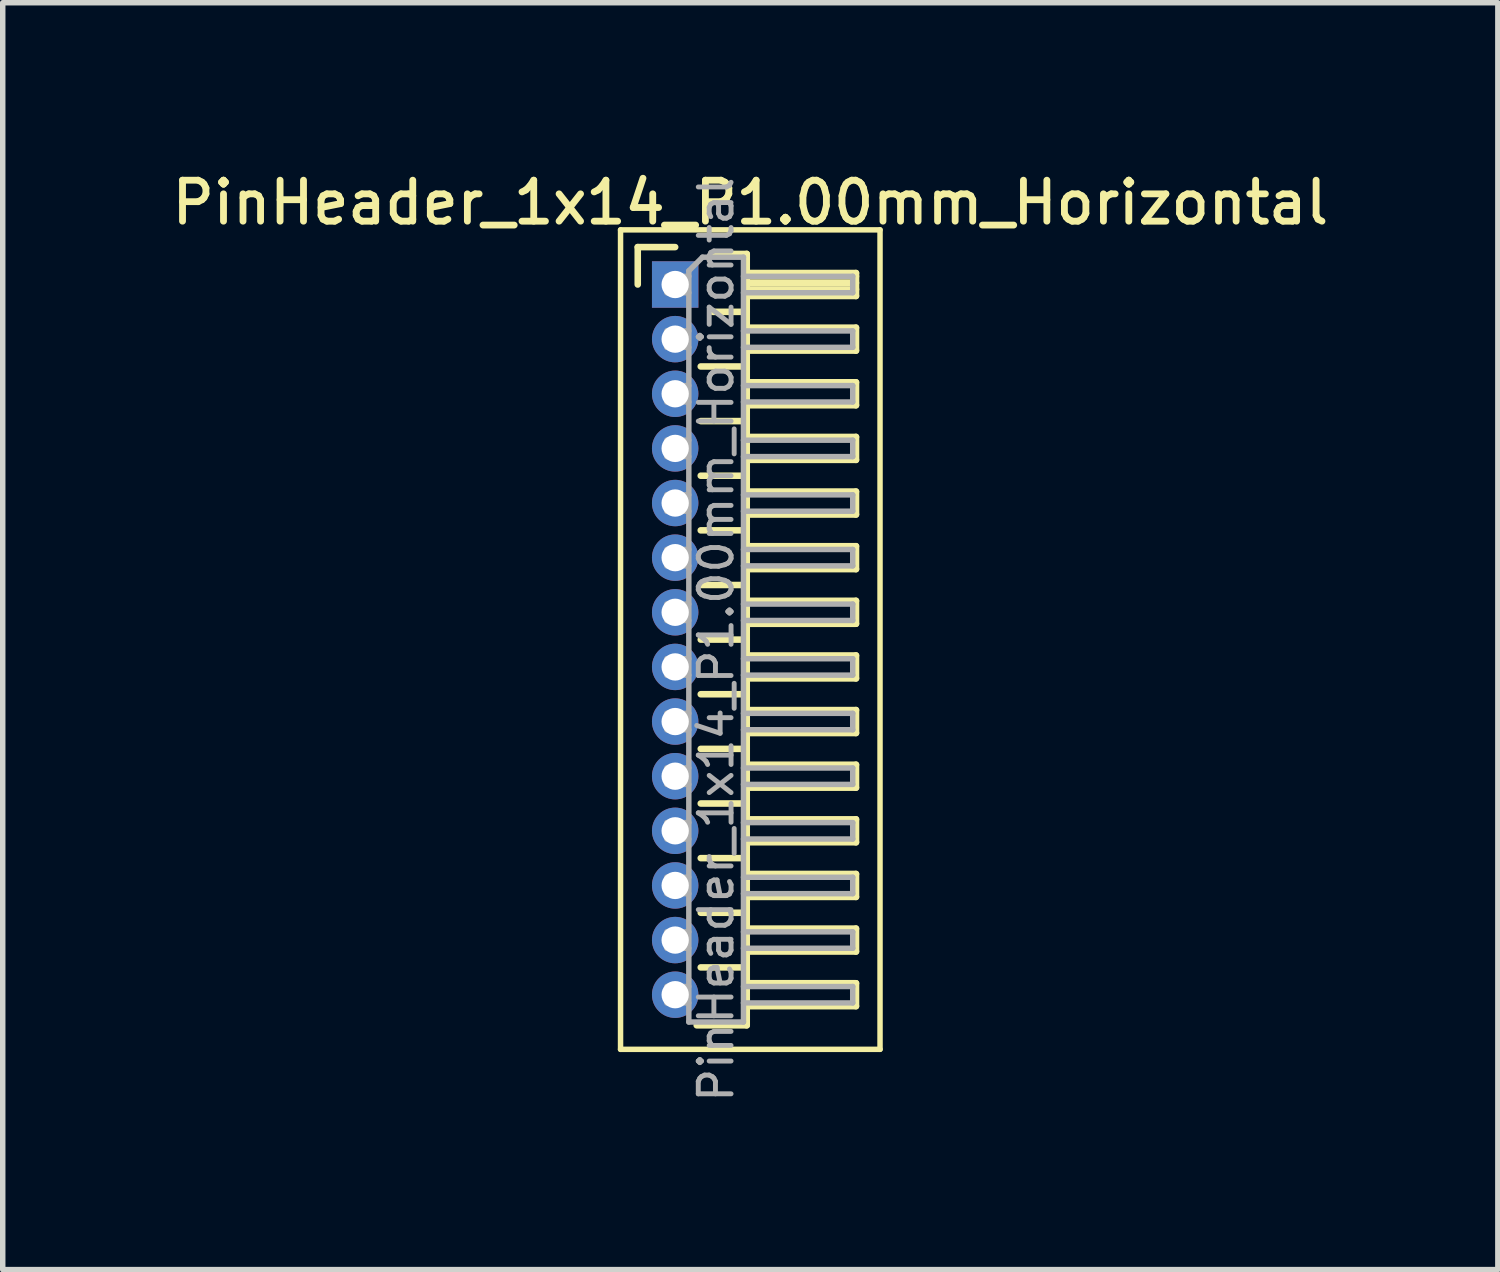
<source format=kicad_pcb>
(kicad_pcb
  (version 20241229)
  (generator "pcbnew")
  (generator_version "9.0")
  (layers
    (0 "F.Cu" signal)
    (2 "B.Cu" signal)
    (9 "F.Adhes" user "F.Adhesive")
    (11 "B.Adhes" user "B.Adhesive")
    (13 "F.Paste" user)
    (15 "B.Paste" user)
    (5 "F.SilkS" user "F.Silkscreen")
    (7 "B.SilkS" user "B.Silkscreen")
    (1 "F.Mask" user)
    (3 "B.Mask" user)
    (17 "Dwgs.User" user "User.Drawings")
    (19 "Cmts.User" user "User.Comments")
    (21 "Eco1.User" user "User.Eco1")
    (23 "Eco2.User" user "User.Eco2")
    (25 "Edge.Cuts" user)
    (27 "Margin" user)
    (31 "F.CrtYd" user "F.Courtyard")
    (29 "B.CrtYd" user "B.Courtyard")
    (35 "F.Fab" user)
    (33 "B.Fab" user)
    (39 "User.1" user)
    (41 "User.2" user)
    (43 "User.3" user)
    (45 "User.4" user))
  (footprint "PinHeader_1x14_P1.00mm_Horizontal"
    (layer "F.Cu")
    (at 9.309 2.158)
    (property "Reference" "PinHeader_1x14_P1.00mm_Horizontal" (at 1.375 -1.5 0) (layer "F.SilkS") (effects (font (size 0.75 0.75) (thickness 0.125))))
    (attr through_hole)
    (fp_line (start -1 -1) (end -1 14) (stroke (width 0.1) (type solid)) (layer "F.SilkS"))
    (fp_line (start -1 14) (end 3.75 14) (stroke (width 0.1) (type solid)) (layer "F.SilkS"))
    (fp_line (start -0.685 -0.685) (end 0 -0.685) (stroke (width 0.12) (type solid)) (layer "F.SilkS"))
    (fp_line (start -0.685 0) (end -0.685 -0.685) (stroke (width 0.12) (type solid)) (layer "F.SilkS"))
    (fp_line (start 0.468 1.5) (end 1.31 1.5) (stroke (width 0.12) (type solid)) (layer "F.SilkS"))
    (fp_line (start 0.468 2.5) (end 1.31 2.5) (stroke (width 0.12) (type solid)) (layer "F.SilkS"))
    (fp_line (start 0.468 3.5) (end 1.31 3.5) (stroke (width 0.12) (type solid)) (layer "F.SilkS"))
    (fp_line (start 0.468 4.5) (end 1.31 4.5) (stroke (width 0.12) (type solid)) (layer "F.SilkS"))
    (fp_line (start 0.468 5.5) (end 1.31 5.5) (stroke (width 0.12) (type solid)) (layer "F.SilkS"))
    (fp_line (start 0.468 6.5) (end 1.31 6.5) (stroke (width 0.12) (type solid)) (layer "F.SilkS"))
    (fp_line (start 0.468 7.5) (end 1.31 7.5) (stroke (width 0.12) (type solid)) (layer "F.SilkS"))
    (fp_line (start 0.468 8.5) (end 1.31 8.5) (stroke (width 0.12) (type solid)) (layer "F.SilkS"))
    (fp_line (start 0.468 9.5) (end 1.31 9.5) (stroke (width 0.12) (type solid)) (layer "F.SilkS"))
    (fp_line (start 0.468 10.5) (end 1.31 10.5) (stroke (width 0.12) (type solid)) (layer "F.SilkS"))
    (fp_line (start 0.468 11.5) (end 1.31 11.5) (stroke (width 0.12) (type solid)) (layer "F.SilkS"))
    (fp_line (start 0.468 12.5) (end 1.31 12.5) (stroke (width 0.12) (type solid)) (layer "F.SilkS"))
    (fp_line (start 0.685 -0.56) (end 1.31 -0.56) (stroke (width 0.12) (type solid)) (layer "F.SilkS"))
    (fp_line (start 0.685 0.5) (end 1.31 0.5) (stroke (width 0.12) (type solid)) (layer "F.SilkS"))
    (fp_line (start 1.31 -0.56) (end 1.31 13.56) (stroke (width 0.12) (type solid)) (layer "F.SilkS"))
    (fp_line (start 1.31 -0.21) (end 3.31 -0.21) (stroke (width 0.12) (type solid)) (layer "F.SilkS"))
    (fp_line (start 1.31 -0.15) (end 3.31 -0.15) (stroke (width 0.12) (type solid)) (layer "F.SilkS"))
    (fp_line (start 1.31 -0.03) (end 3.31 -0.03) (stroke (width 0.12) (type solid)) (layer "F.SilkS"))
    (fp_line (start 1.31 0.09) (end 3.31 0.09) (stroke (width 0.12) (type solid)) (layer "F.SilkS"))
    (fp_line (start 1.31 0.79) (end 3.31 0.79) (stroke (width 0.12) (type solid)) (layer "F.SilkS"))
    (fp_line (start 1.31 1.79) (end 3.31 1.79) (stroke (width 0.12) (type solid)) (layer "F.SilkS"))
    (fp_line (start 1.31 2.79) (end 3.31 2.79) (stroke (width 0.12) (type solid)) (layer "F.SilkS"))
    (fp_line (start 1.31 3.79) (end 3.31 3.79) (stroke (width 0.12) (type solid)) (layer "F.SilkS"))
    (fp_line (start 1.31 4.79) (end 3.31 4.79) (stroke (width 0.12) (type solid)) (layer "F.SilkS"))
    (fp_line (start 1.31 5.79) (end 3.31 5.79) (stroke (width 0.12) (type solid)) (layer "F.SilkS"))
    (fp_line (start 1.31 6.79) (end 3.31 6.79) (stroke (width 0.12) (type solid)) (layer "F.SilkS"))
    (fp_line (start 1.31 7.79) (end 3.31 7.79) (stroke (width 0.12) (type solid)) (layer "F.SilkS"))
    (fp_line (start 1.31 8.79) (end 3.31 8.79) (stroke (width 0.12) (type solid)) (layer "F.SilkS"))
    (fp_line (start 1.31 9.79) (end 3.31 9.79) (stroke (width 0.12) (type solid)) (layer "F.SilkS"))
    (fp_line (start 1.31 10.79) (end 3.31 10.79) (stroke (width 0.12) (type solid)) (layer "F.SilkS"))
    (fp_line (start 1.31 11.79) (end 3.31 11.79) (stroke (width 0.12) (type solid)) (layer "F.SilkS"))
    (fp_line (start 1.31 12.79) (end 3.31 12.79) (stroke (width 0.12) (type solid)) (layer "F.SilkS"))
    (fp_line (start 1.31 13.56) (end 0.394 13.56) (stroke (width 0.12) (type solid)) (layer "F.SilkS"))
    (fp_line (start 3.31 -0.21) (end 3.31 0.21) (stroke (width 0.12) (type solid)) (layer "F.SilkS"))
    (fp_line (start 3.31 0.21) (end 1.31 0.21) (stroke (width 0.12) (type solid)) (layer "F.SilkS"))
    (fp_line (start 3.31 0.79) (end 3.31 1.21) (stroke (width 0.12) (type solid)) (layer "F.SilkS"))
    (fp_line (start 3.31 1.21) (end 1.31 1.21) (stroke (width 0.12) (type solid)) (layer "F.SilkS"))
    (fp_line (start 3.31 1.79) (end 3.31 2.21) (stroke (width 0.12) (type solid)) (layer "F.SilkS"))
    (fp_line (start 3.31 2.21) (end 1.31 2.21) (stroke (width 0.12) (type solid)) (layer "F.SilkS"))
    (fp_line (start 3.31 2.79) (end 3.31 3.21) (stroke (width 0.12) (type solid)) (layer "F.SilkS"))
    (fp_line (start 3.31 3.21) (end 1.31 3.21) (stroke (width 0.12) (type solid)) (layer "F.SilkS"))
    (fp_line (start 3.31 3.79) (end 3.31 4.21) (stroke (width 0.12) (type solid)) (layer "F.SilkS"))
    (fp_line (start 3.31 4.21) (end 1.31 4.21) (stroke (width 0.12) (type solid)) (layer "F.SilkS"))
    (fp_line (start 3.31 4.79) (end 3.31 5.21) (stroke (width 0.12) (type solid)) (layer "F.SilkS"))
    (fp_line (start 3.31 5.21) (end 1.31 5.21) (stroke (width 0.12) (type solid)) (layer "F.SilkS"))
    (fp_line (start 3.31 5.79) (end 3.31 6.21) (stroke (width 0.12) (type solid)) (layer "F.SilkS"))
    (fp_line (start 3.31 6.21) (end 1.31 6.21) (stroke (width 0.12) (type solid)) (layer "F.SilkS"))
    (fp_line (start 3.31 6.79) (end 3.31 7.21) (stroke (width 0.12) (type solid)) (layer "F.SilkS"))
    (fp_line (start 3.31 7.21) (end 1.31 7.21) (stroke (width 0.12) (type solid)) (layer "F.SilkS"))
    (fp_line (start 3.31 7.79) (end 3.31 8.21) (stroke (width 0.12) (type solid)) (layer "F.SilkS"))
    (fp_line (start 3.31 8.21) (end 1.31 8.21) (stroke (width 0.12) (type solid)) (layer "F.SilkS"))
    (fp_line (start 3.31 8.79) (end 3.31 9.21) (stroke (width 0.12) (type solid)) (layer "F.SilkS"))
    (fp_line (start 3.31 9.21) (end 1.31 9.21) (stroke (width 0.12) (type solid)) (layer "F.SilkS"))
    (fp_line (start 3.31 9.79) (end 3.31 10.21) (stroke (width 0.12) (type solid)) (layer "F.SilkS"))
    (fp_line (start 3.31 10.21) (end 1.31 10.21) (stroke (width 0.12) (type solid)) (layer "F.SilkS"))
    (fp_line (start 3.31 10.79) (end 3.31 11.21) (stroke (width 0.12) (type solid)) (layer "F.SilkS"))
    (fp_line (start 3.31 11.21) (end 1.31 11.21) (stroke (width 0.12) (type solid)) (layer "F.SilkS"))
    (fp_line (start 3.31 11.79) (end 3.31 12.21) (stroke (width 0.12) (type solid)) (layer "F.SilkS"))
    (fp_line (start 3.31 12.21) (end 1.31 12.21) (stroke (width 0.12) (type solid)) (layer "F.SilkS"))
    (fp_line (start 3.31 12.79) (end 3.31 13.21) (stroke (width 0.12) (type solid)) (layer "F.SilkS"))
    (fp_line (start 3.31 13.21) (end 1.31 13.21) (stroke (width 0.12) (type solid)) (layer "F.SilkS"))
    (fp_line (start 3.75 -1) (end -1 -1) (stroke (width 0.1) (type solid)) (layer "F.SilkS"))
    (fp_line (start 3.75 14) (end 3.75 -1) (stroke (width 0.1) (type solid)) (layer "F.SilkS"))
    (fp_line (start -0.15 -0.15) (end -0.15 0.15) (stroke (width 0.1) (type solid)) (layer "F.Fab"))
    (fp_line (start -0.15 -0.15) (end 0.25 -0.15) (stroke (width 0.1) (type solid)) (layer "F.Fab"))
    (fp_line (start -0.15 0.15) (end 0.25 0.15) (stroke (width 0.1) (type solid)) (layer "F.Fab"))
    (fp_line (start -0.15 0.85) (end -0.15 1.15) (stroke (width 0.1) (type solid)) (layer "F.Fab"))
    (fp_line (start -0.15 0.85) (end 0.25 0.85) (stroke (width 0.1) (type solid)) (layer "F.Fab"))
    (fp_line (start -0.15 1.15) (end 0.25 1.15) (stroke (width 0.1) (type solid)) (layer "F.Fab"))
    (fp_line (start -0.15 1.85) (end -0.15 2.15) (stroke (width 0.1) (type solid)) (layer "F.Fab"))
    (fp_line (start -0.15 1.85) (end 0.25 1.85) (stroke (width 0.1) (type solid)) (layer "F.Fab"))
    (fp_line (start -0.15 2.15) (end 0.25 2.15) (stroke (width 0.1) (type solid)) (layer "F.Fab"))
    (fp_line (start -0.15 2.85) (end -0.15 3.15) (stroke (width 0.1) (type solid)) (layer "F.Fab"))
    (fp_line (start -0.15 2.85) (end 0.25 2.85) (stroke (width 0.1) (type solid)) (layer "F.Fab"))
    (fp_line (start -0.15 3.15) (end 0.25 3.15) (stroke (width 0.1) (type solid)) (layer "F.Fab"))
    (fp_line (start -0.15 3.85) (end -0.15 4.15) (stroke (width 0.1) (type solid)) (layer "F.Fab"))
    (fp_line (start -0.15 3.85) (end 0.25 3.85) (stroke (width 0.1) (type solid)) (layer "F.Fab"))
    (fp_line (start -0.15 4.15) (end 0.25 4.15) (stroke (width 0.1) (type solid)) (layer "F.Fab"))
    (fp_line (start -0.15 4.85) (end -0.15 5.15) (stroke (width 0.1) (type solid)) (layer "F.Fab"))
    (fp_line (start -0.15 4.85) (end 0.25 4.85) (stroke (width 0.1) (type solid)) (layer "F.Fab"))
    (fp_line (start -0.15 5.15) (end 0.25 5.15) (stroke (width 0.1) (type solid)) (layer "F.Fab"))
    (fp_line (start -0.15 5.85) (end -0.15 6.15) (stroke (width 0.1) (type solid)) (layer "F.Fab"))
    (fp_line (start -0.15 5.85) (end 0.25 5.85) (stroke (width 0.1) (type solid)) (layer "F.Fab"))
    (fp_line (start -0.15 6.15) (end 0.25 6.15) (stroke (width 0.1) (type solid)) (layer "F.Fab"))
    (fp_line (start -0.15 6.85) (end -0.15 7.15) (stroke (width 0.1) (type solid)) (layer "F.Fab"))
    (fp_line (start -0.15 6.85) (end 0.25 6.85) (stroke (width 0.1) (type solid)) (layer "F.Fab"))
    (fp_line (start -0.15 7.15) (end 0.25 7.15) (stroke (width 0.1) (type solid)) (layer "F.Fab"))
    (fp_line (start -0.15 7.85) (end -0.15 8.15) (stroke (width 0.1) (type solid)) (layer "F.Fab"))
    (fp_line (start -0.15 7.85) (end 0.25 7.85) (stroke (width 0.1) (type solid)) (layer "F.Fab"))
    (fp_line (start -0.15 8.15) (end 0.25 8.15) (stroke (width 0.1) (type solid)) (layer "F.Fab"))
    (fp_line (start -0.15 8.85) (end -0.15 9.15) (stroke (width 0.1) (type solid)) (layer "F.Fab"))
    (fp_line (start -0.15 8.85) (end 0.25 8.85) (stroke (width 0.1) (type solid)) (layer "F.Fab"))
    (fp_line (start -0.15 9.15) (end 0.25 9.15) (stroke (width 0.1) (type solid)) (layer "F.Fab"))
    (fp_line (start -0.15 9.85) (end -0.15 10.15) (stroke (width 0.1) (type solid)) (layer "F.Fab"))
    (fp_line (start -0.15 9.85) (end 0.25 9.85) (stroke (width 0.1) (type solid)) (layer "F.Fab"))
    (fp_line (start -0.15 10.15) (end 0.25 10.15) (stroke (width 0.1) (type solid)) (layer "F.Fab"))
    (fp_line (start -0.15 10.85) (end -0.15 11.15) (stroke (width 0.1) (type solid)) (layer "F.Fab"))
    (fp_line (start -0.15 10.85) (end 0.25 10.85) (stroke (width 0.1) (type solid)) (layer "F.Fab"))
    (fp_line (start -0.15 11.15) (end 0.25 11.15) (stroke (width 0.1) (type solid)) (layer "F.Fab"))
    (fp_line (start -0.15 11.85) (end -0.15 12.15) (stroke (width 0.1) (type solid)) (layer "F.Fab"))
    (fp_line (start -0.15 11.85) (end 0.25 11.85) (stroke (width 0.1) (type solid)) (layer "F.Fab"))
    (fp_line (start -0.15 12.15) (end 0.25 12.15) (stroke (width 0.1) (type solid)) (layer "F.Fab"))
    (fp_line (start -0.15 12.85) (end -0.15 13.15) (stroke (width 0.1) (type solid)) (layer "F.Fab"))
    (fp_line (start -0.15 12.85) (end 0.25 12.85) (stroke (width 0.1) (type solid)) (layer "F.Fab"))
    (fp_line (start -0.15 13.15) (end 0.25 13.15) (stroke (width 0.1) (type solid)) (layer "F.Fab"))
    (fp_line (start 0.25 -0.25) (end 0.5 -0.5) (stroke (width 0.1) (type solid)) (layer "F.Fab"))
    (fp_line (start 0.25 13.5) (end 0.25 -0.25) (stroke (width 0.1) (type solid)) (layer "F.Fab"))
    (fp_line (start 0.5 -0.5) (end 1.25 -0.5) (stroke (width 0.1) (type solid)) (layer "F.Fab"))
    (fp_line (start 1.25 -0.5) (end 1.25 13.5) (stroke (width 0.1) (type solid)) (layer "F.Fab"))
    (fp_line (start 1.25 -0.15) (end 3.25 -0.15) (stroke (width 0.1) (type solid)) (layer "F.Fab"))
    (fp_line (start 1.25 0.15) (end 3.25 0.15) (stroke (width 0.1) (type solid)) (layer "F.Fab"))
    (fp_line (start 1.25 0.85) (end 3.25 0.85) (stroke (width 0.1) (type solid)) (layer "F.Fab"))
    (fp_line (start 1.25 1.15) (end 3.25 1.15) (stroke (width 0.1) (type solid)) (layer "F.Fab"))
    (fp_line (start 1.25 1.85) (end 3.25 1.85) (stroke (width 0.1) (type solid)) (layer "F.Fab"))
    (fp_line (start 1.25 2.15) (end 3.25 2.15) (stroke (width 0.1) (type solid)) (layer "F.Fab"))
    (fp_line (start 1.25 2.85) (end 3.25 2.85) (stroke (width 0.1) (type solid)) (layer "F.Fab"))
    (fp_line (start 1.25 3.15) (end 3.25 3.15) (stroke (width 0.1) (type solid)) (layer "F.Fab"))
    (fp_line (start 1.25 3.85) (end 3.25 3.85) (stroke (width 0.1) (type solid)) (layer "F.Fab"))
    (fp_line (start 1.25 4.15) (end 3.25 4.15) (stroke (width 0.1) (type solid)) (layer "F.Fab"))
    (fp_line (start 1.25 4.85) (end 3.25 4.85) (stroke (width 0.1) (type solid)) (layer "F.Fab"))
    (fp_line (start 1.25 5.15) (end 3.25 5.15) (stroke (width 0.1) (type solid)) (layer "F.Fab"))
    (fp_line (start 1.25 5.85) (end 3.25 5.85) (stroke (width 0.1) (type solid)) (layer "F.Fab"))
    (fp_line (start 1.25 6.15) (end 3.25 6.15) (stroke (width 0.1) (type solid)) (layer "F.Fab"))
    (fp_line (start 1.25 6.85) (end 3.25 6.85) (stroke (width 0.1) (type solid)) (layer "F.Fab"))
    (fp_line (start 1.25 7.15) (end 3.25 7.15) (stroke (width 0.1) (type solid)) (layer "F.Fab"))
    (fp_line (start 1.25 7.85) (end 3.25 7.85) (stroke (width 0.1) (type solid)) (layer "F.Fab"))
    (fp_line (start 1.25 8.15) (end 3.25 8.15) (stroke (width 0.1) (type solid)) (layer "F.Fab"))
    (fp_line (start 1.25 8.85) (end 3.25 8.85) (stroke (width 0.1) (type solid)) (layer "F.Fab"))
    (fp_line (start 1.25 9.15) (end 3.25 9.15) (stroke (width 0.1) (type solid)) (layer "F.Fab"))
    (fp_line (start 1.25 9.85) (end 3.25 9.85) (stroke (width 0.1) (type solid)) (layer "F.Fab"))
    (fp_line (start 1.25 10.15) (end 3.25 10.15) (stroke (width 0.1) (type solid)) (layer "F.Fab"))
    (fp_line (start 1.25 10.85) (end 3.25 10.85) (stroke (width 0.1) (type solid)) (layer "F.Fab"))
    (fp_line (start 1.25 11.15) (end 3.25 11.15) (stroke (width 0.1) (type solid)) (layer "F.Fab"))
    (fp_line (start 1.25 11.85) (end 3.25 11.85) (stroke (width 0.1) (type solid)) (layer "F.Fab"))
    (fp_line (start 1.25 12.15) (end 3.25 12.15) (stroke (width 0.1) (type solid)) (layer "F.Fab"))
    (fp_line (start 1.25 12.85) (end 3.25 12.85) (stroke (width 0.1) (type solid)) (layer "F.Fab"))
    (fp_line (start 1.25 13.15) (end 3.25 13.15) (stroke (width 0.1) (type solid)) (layer "F.Fab"))
    (fp_line (start 1.25 13.5) (end 0.25 13.5) (stroke (width 0.1) (type solid)) (layer "F.Fab"))
    (fp_line (start 3.25 -0.15) (end 3.25 0.15) (stroke (width 0.1) (type solid)) (layer "F.Fab"))
    (fp_line (start 3.25 0.85) (end 3.25 1.15) (stroke (width 0.1) (type solid)) (layer "F.Fab"))
    (fp_line (start 3.25 1.85) (end 3.25 2.15) (stroke (width 0.1) (type solid)) (layer "F.Fab"))
    (fp_line (start 3.25 2.85) (end 3.25 3.15) (stroke (width 0.1) (type solid)) (layer "F.Fab"))
    (fp_line (start 3.25 3.85) (end 3.25 4.15) (stroke (width 0.1) (type solid)) (layer "F.Fab"))
    (fp_line (start 3.25 4.85) (end 3.25 5.15) (stroke (width 0.1) (type solid)) (layer "F.Fab"))
    (fp_line (start 3.25 5.85) (end 3.25 6.15) (stroke (width 0.1) (type solid)) (layer "F.Fab"))
    (fp_line (start 3.25 6.85) (end 3.25 7.15) (stroke (width 0.1) (type solid)) (layer "F.Fab"))
    (fp_line (start 3.25 7.85) (end 3.25 8.15) (stroke (width 0.1) (type solid)) (layer "F.Fab"))
    (fp_line (start 3.25 8.85) (end 3.25 9.15) (stroke (width 0.1) (type solid)) (layer "F.Fab"))
    (fp_line (start 3.25 9.85) (end 3.25 10.15) (stroke (width 0.1) (type solid)) (layer "F.Fab"))
    (fp_line (start 3.25 10.85) (end 3.25 11.15) (stroke (width 0.1) (type solid)) (layer "F.Fab"))
    (fp_line (start 3.25 11.85) (end 3.25 12.15) (stroke (width 0.1) (type solid)) (layer "F.Fab"))
    (fp_line (start 3.25 12.85) (end 3.25 13.15) (stroke (width 0.1) (type solid)) (layer "F.Fab"))
    (fp_text user "${REFERENCE}" (at 0.75 6.5 90) (layer "F.Fab") (effects (font (size 0.6 0.6) (thickness 0.09))))
    (pad "1" thru_hole rect (at 0 0) (size 0.85 0.85) (drill 0.5) (layers "*.Cu" "*.Mask"))
    (pad "2" thru_hole oval (at 0 1) (size 0.85 0.85) (drill 0.5) (layers "*.Cu" "*.Mask"))
    (pad "3" thru_hole oval (at 0 2) (size 0.85 0.85) (drill 0.5) (layers "*.Cu" "*.Mask"))
    (pad "4" thru_hole oval (at 0 3) (size 0.85 0.85) (drill 0.5) (layers "*.Cu" "*.Mask"))
    (pad "5" thru_hole oval (at 0 4) (size 0.85 0.85) (drill 0.5) (layers "*.Cu" "*.Mask"))
    (pad "6" thru_hole oval (at 0 5) (size 0.85 0.85) (drill 0.5) (layers "*.Cu" "*.Mask"))
    (pad "7" thru_hole oval (at 0 6) (size 0.85 0.85) (drill 0.5) (layers "*.Cu" "*.Mask"))
    (pad "8" thru_hole oval (at 0 7) (size 0.85 0.85) (drill 0.5) (layers "*.Cu" "*.Mask"))
    (pad "9" thru_hole oval (at 0 8) (size 0.85 0.85) (drill 0.5) (layers "*.Cu" "*.Mask"))
    (pad "10" thru_hole oval (at 0 9) (size 0.85 0.85) (drill 0.5) (layers "*.Cu" "*.Mask"))
    (pad "11" thru_hole oval (at 0 10) (size 0.85 0.85) (drill 0.5) (layers "*.Cu" "*.Mask"))
    (pad "12" thru_hole oval (at 0 11) (size 0.85 0.85) (drill 0.5) (layers "*.Cu" "*.Mask"))
    (pad "13" thru_hole oval (at 0 12) (size 0.85 0.85) (drill 0.5) (layers "*.Cu" "*.Mask"))
    (pad "14" thru_hole oval (at 0 13) (size 0.85 0.85) (drill 0.5) (layers "*.Cu" "*.Mask")))
  (gr_rect
    (start -3 -3)
    (end 24.368 20.19)
    (stroke (width 0.1) (type default))
    (fill no)
    (layer "Edge.Cuts")))
</source>
